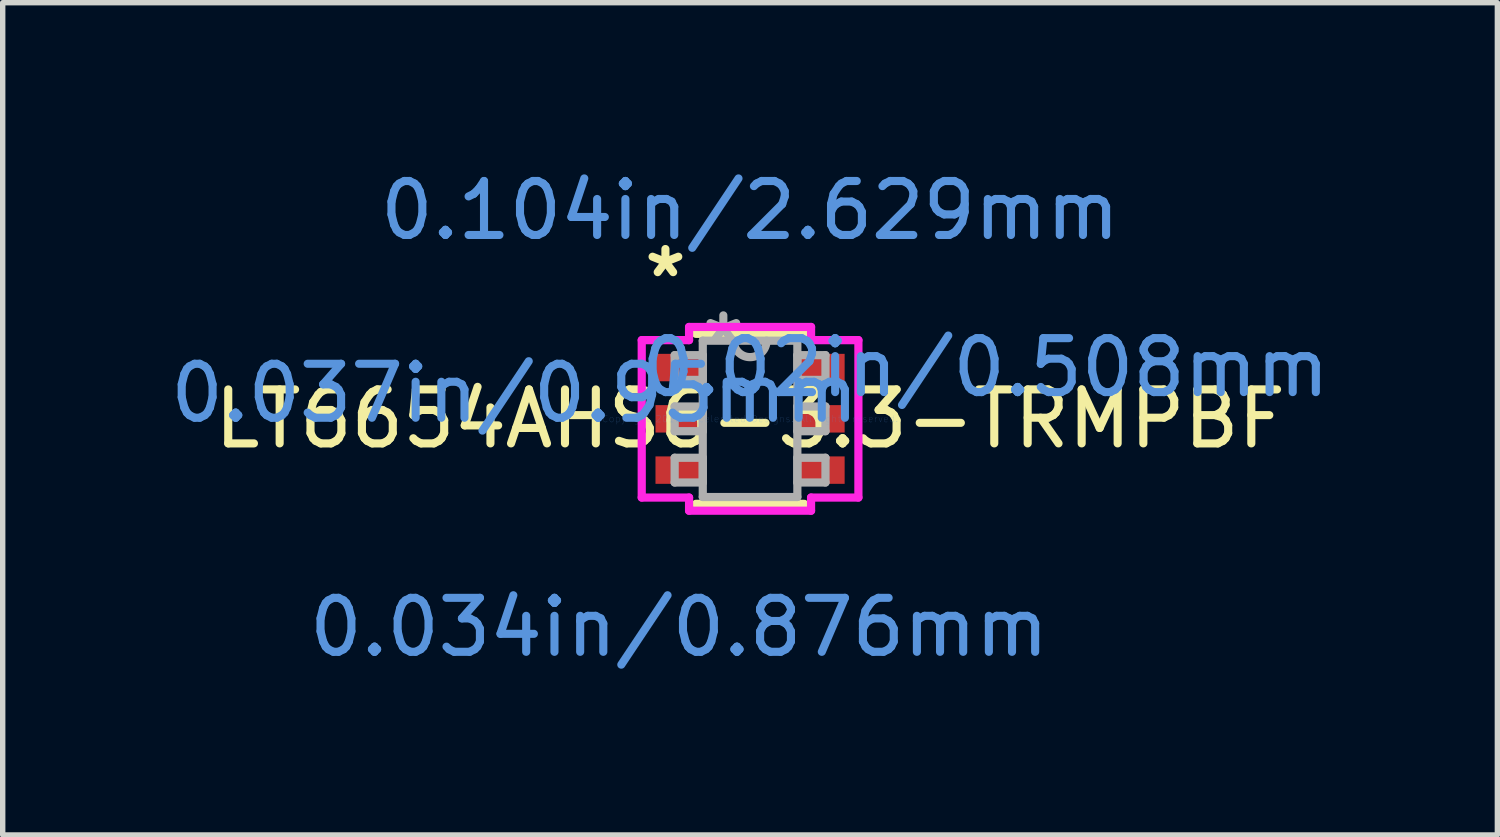
<source format=kicad_pcb>
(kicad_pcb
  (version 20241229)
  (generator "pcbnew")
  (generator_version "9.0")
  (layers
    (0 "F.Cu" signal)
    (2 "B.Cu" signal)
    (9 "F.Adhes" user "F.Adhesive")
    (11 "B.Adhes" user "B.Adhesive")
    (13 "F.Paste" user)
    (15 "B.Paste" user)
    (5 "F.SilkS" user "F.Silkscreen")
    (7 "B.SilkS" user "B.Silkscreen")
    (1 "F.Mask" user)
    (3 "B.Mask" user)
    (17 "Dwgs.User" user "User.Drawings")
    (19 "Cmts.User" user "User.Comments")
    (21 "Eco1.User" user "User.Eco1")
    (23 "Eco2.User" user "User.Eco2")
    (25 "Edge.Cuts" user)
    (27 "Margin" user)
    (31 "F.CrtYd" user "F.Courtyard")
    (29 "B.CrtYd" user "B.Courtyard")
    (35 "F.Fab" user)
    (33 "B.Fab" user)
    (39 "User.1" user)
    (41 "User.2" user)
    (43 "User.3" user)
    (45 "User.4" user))
  (footprint "LT6654AHS6-3.3-TRMPBF"
    (layer "F.Cu")
    (at 10.845 4.709)
    (property "Reference" "LT6654AHS6-3.3-TRMPBF" (at 0 0 0) (layer "F.SilkS") (effects (font (size 1 1) (thickness 0.15))))
    (attr through_hole)
    (fp_line (start -1.003 1.575) (end 1.003 1.575) (stroke (width 0.152) (type solid)) (layer "F.SilkS"))
    (fp_line (start 1.003 -1.575) (end -1.003 -1.575) (stroke (width 0.152) (type solid)) (layer "F.SilkS"))
    (fp_line (start -2.007 -1.458) (end -1.13 -1.458) (stroke (width 0.152) (type solid)) (layer "F.CrtYd"))
    (fp_line (start -2.007 1.458) (end -2.007 -1.458) (stroke (width 0.152) (type solid)) (layer "F.CrtYd"))
    (fp_line (start -2.007 1.458) (end -1.13 1.458) (stroke (width 0.152) (type solid)) (layer "F.CrtYd"))
    (fp_line (start -1.13 -1.702) (end 1.13 -1.702) (stroke (width 0.152) (type solid)) (layer "F.CrtYd"))
    (fp_line (start -1.13 -1.458) (end -1.13 -1.702) (stroke (width 0.152) (type solid)) (layer "F.CrtYd"))
    (fp_line (start -1.13 1.702) (end -1.13 1.458) (stroke (width 0.152) (type solid)) (layer "F.CrtYd"))
    (fp_line (start 1.13 -1.702) (end 1.13 -1.458) (stroke (width 0.152) (type solid)) (layer "F.CrtYd"))
    (fp_line (start 1.13 1.458) (end 1.13 1.702) (stroke (width 0.152) (type solid)) (layer "F.CrtYd"))
    (fp_line (start 1.13 1.702) (end -1.13 1.702) (stroke (width 0.152) (type solid)) (layer "F.CrtYd"))
    (fp_line (start 2.007 -1.458) (end 1.13 -1.458) (stroke (width 0.152) (type solid)) (layer "F.CrtYd"))
    (fp_line (start 2.007 -1.458) (end 2.007 1.458) (stroke (width 0.152) (type solid)) (layer "F.CrtYd"))
    (fp_line (start 2.007 1.458) (end 1.13 1.458) (stroke (width 0.152) (type solid)) (layer "F.CrtYd"))
    (fp_line (start -1.397 -1.179) (end -1.397 -0.721) (stroke (width 0.152) (type solid)) (layer "F.Fab"))
    (fp_line (start -1.397 -0.721) (end -0.876 -0.721) (stroke (width 0.152) (type solid)) (layer "F.Fab"))
    (fp_line (start -1.397 -0.229) (end -1.397 0.229) (stroke (width 0.152) (type solid)) (layer "F.Fab"))
    (fp_line (start -1.397 0.229) (end -0.876 0.229) (stroke (width 0.152) (type solid)) (layer "F.Fab"))
    (fp_line (start -1.397 0.721) (end -1.397 1.179) (stroke (width 0.152) (type solid)) (layer "F.Fab"))
    (fp_line (start -1.397 1.179) (end -0.876 1.179) (stroke (width 0.152) (type solid)) (layer "F.Fab"))
    (fp_line (start -0.876 -1.448) (end -0.876 1.448) (stroke (width 0.152) (type solid)) (layer "F.Fab"))
    (fp_line (start -0.876 -1.179) (end -1.397 -1.179) (stroke (width 0.152) (type solid)) (layer "F.Fab"))
    (fp_line (start -0.876 -0.721) (end -0.876 -1.179) (stroke (width 0.152) (type solid)) (layer "F.Fab"))
    (fp_line (start -0.876 -0.229) (end -1.397 -0.229) (stroke (width 0.152) (type solid)) (layer "F.Fab"))
    (fp_line (start -0.876 0.229) (end -0.876 -0.229) (stroke (width 0.152) (type solid)) (layer "F.Fab"))
    (fp_line (start -0.876 0.721) (end -1.397 0.721) (stroke (width 0.152) (type solid)) (layer "F.Fab"))
    (fp_line (start -0.876 1.179) (end -0.876 0.721) (stroke (width 0.152) (type solid)) (layer "F.Fab"))
    (fp_line (start -0.876 1.448) (end 0.876 1.448) (stroke (width 0.152) (type solid)) (layer "F.Fab"))
    (fp_line (start 0.876 -1.448) (end -0.876 -1.448) (stroke (width 0.152) (type solid)) (layer "F.Fab"))
    (fp_line (start 0.876 -1.179) (end 0.876 -0.721) (stroke (width 0.152) (type solid)) (layer "F.Fab"))
    (fp_line (start 0.876 -0.721) (end 1.397 -0.721) (stroke (width 0.152) (type solid)) (layer "F.Fab"))
    (fp_line (start 0.876 -0.229) (end 0.876 0.229) (stroke (width 0.152) (type solid)) (layer "F.Fab"))
    (fp_line (start 0.876 0.229) (end 1.397 0.229) (stroke (width 0.152) (type solid)) (layer "F.Fab"))
    (fp_line (start 0.876 0.721) (end 0.876 1.179) (stroke (width 0.152) (type solid)) (layer "F.Fab"))
    (fp_line (start 0.876 1.179) (end 1.397 1.179) (stroke (width 0.152) (type solid)) (layer "F.Fab"))
    (fp_line (start 0.876 1.448) (end 0.876 -1.448) (stroke (width 0.152) (type solid)) (layer "F.Fab"))
    (fp_line (start 1.397 -1.179) (end 0.876 -1.179) (stroke (width 0.152) (type solid)) (layer "F.Fab"))
    (fp_line (start 1.397 -0.721) (end 1.397 -1.179) (stroke (width 0.152) (type solid)) (layer "F.Fab"))
    (fp_line (start 1.397 -0.229) (end 0.876 -0.229) (stroke (width 0.152) (type solid)) (layer "F.Fab"))
    (fp_line (start 1.397 0.229) (end 1.397 -0.229) (stroke (width 0.152) (type solid)) (layer "F.Fab"))
    (fp_line (start 1.397 0.721) (end 0.876 0.721) (stroke (width 0.152) (type solid)) (layer "F.Fab"))
    (fp_line (start 1.397 1.179) (end 1.397 0.721) (stroke (width 0.152) (type solid)) (layer "F.Fab"))
    (fp_arc (start 0.3048 -1.4478) (mid 0 -1.143) (end -0.3048 -1.4478) (stroke (width 0.1524) (type solid)) (layer "F.Fab"))
    (fp_text user "*" (at -1.568 -2.601 0) (layer "F.SilkS") (effects (font (size 1 1) (thickness 0.15))))
    (fp_text user "0.104in/2.629mm" (at 0 -3.861 0) (layer "Cmts.User") (effects (font (size 1 1) (thickness 0.15))))
    (fp_text user "0.037in/0.95mm" (at -4.362 -0.475 0) (layer "Cmts.User") (effects (font (size 1 1) (thickness 0.15))))
    (fp_text user "0.02in/0.508mm" (at 4.362 -0.95 0) (layer "Cmts.User") (effects (font (size 1 1) (thickness 0.15))))
    (fp_text user "0.034in/0.876mm" (at -1.314 3.861 0) (layer "Cmts.User") (effects (font (size 1 1) (thickness 0.15))))
    (fp_text user "Copyright 2016 Accelerated Designs. All rights reserved." (at 0 0 0) (layer "Cmts.User") (effects (font (size 0.127 0.127) (thickness 0.002))))
    (fp_text user "*" (at -0.495 -1.372 0) (layer "F.Fab") (effects (font (size 1 1) (thickness 0.15))))
    (pad "1" smd rect (at -1.314 -0.95) (size 0.876 0.508) (layers "F.Cu" "F.Mask" "F.Paste"))
    (pad "2" smd rect (at -1.314 0) (size 0.876 0.508) (layers "F.Cu" "F.Mask" "F.Paste"))
    (pad "3" smd rect (at -1.314 0.95) (size 0.876 0.508) (layers "F.Cu" "F.Mask" "F.Paste"))
    (pad "4" smd rect (at 1.314 0.95) (size 0.876 0.508) (layers "F.Cu" "F.Mask" "F.Paste"))
    (pad "5" smd rect (at 1.314 0) (size 0.876 0.508) (layers "F.Cu" "F.Mask" "F.Paste"))
    (pad "6" smd rect (at 1.314 -0.95) (size 0.876 0.508) (layers "F.Cu" "F.Mask" "F.Paste")))
  (gr_rect
    (start -3 -3)
    (end 24.689 12.418)
    (stroke (width 0.1) (type default))
    (fill no)
    (layer "Edge.Cuts")))
</source>
